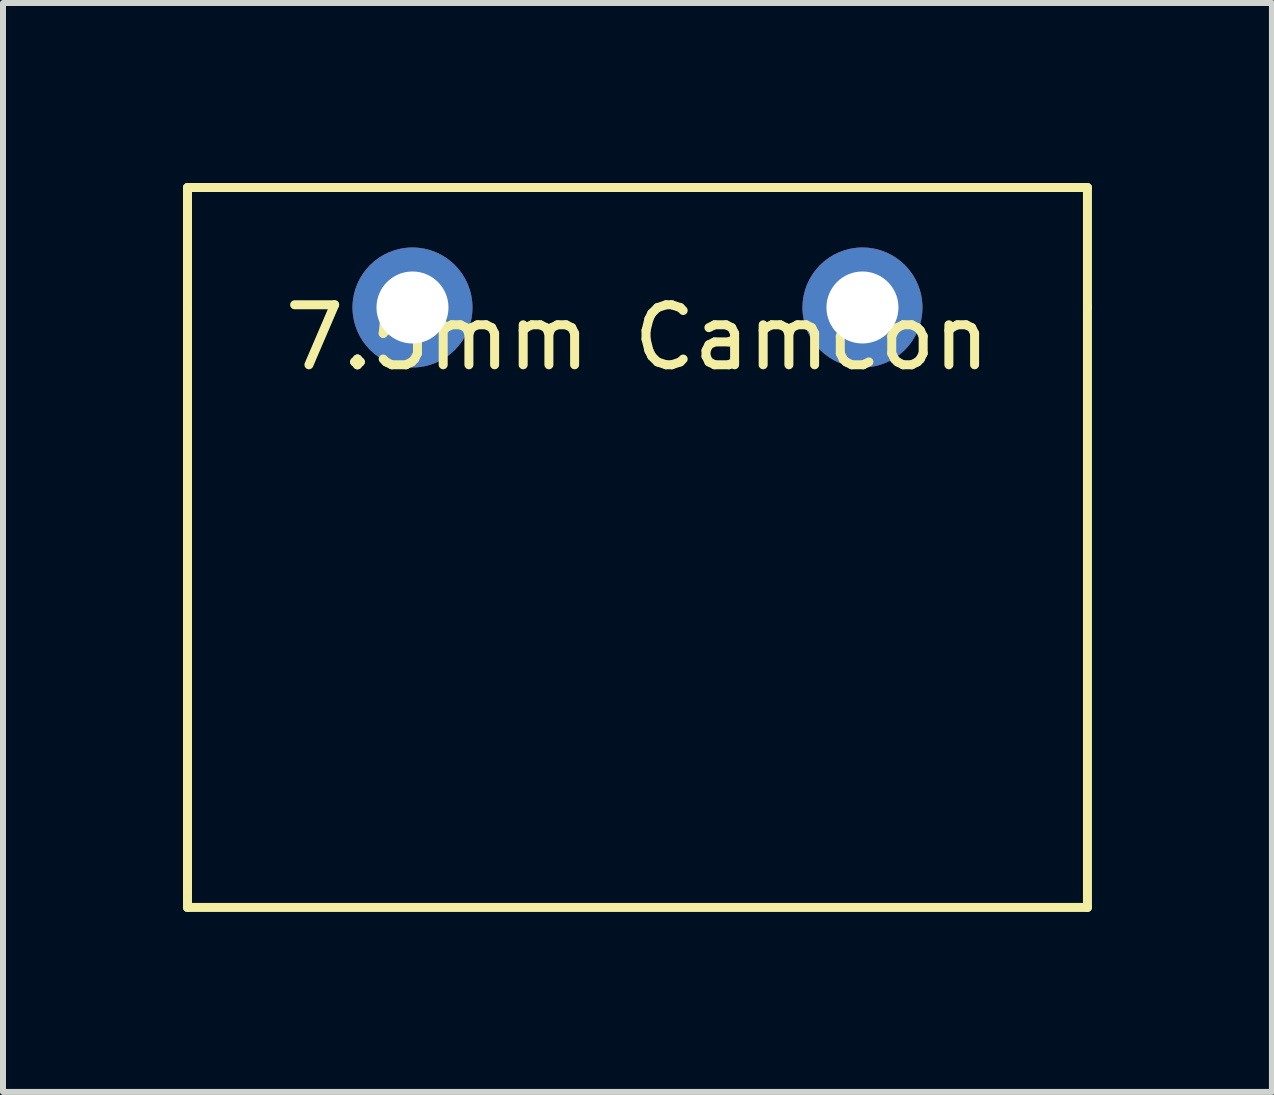
<source format=kicad_pcb>
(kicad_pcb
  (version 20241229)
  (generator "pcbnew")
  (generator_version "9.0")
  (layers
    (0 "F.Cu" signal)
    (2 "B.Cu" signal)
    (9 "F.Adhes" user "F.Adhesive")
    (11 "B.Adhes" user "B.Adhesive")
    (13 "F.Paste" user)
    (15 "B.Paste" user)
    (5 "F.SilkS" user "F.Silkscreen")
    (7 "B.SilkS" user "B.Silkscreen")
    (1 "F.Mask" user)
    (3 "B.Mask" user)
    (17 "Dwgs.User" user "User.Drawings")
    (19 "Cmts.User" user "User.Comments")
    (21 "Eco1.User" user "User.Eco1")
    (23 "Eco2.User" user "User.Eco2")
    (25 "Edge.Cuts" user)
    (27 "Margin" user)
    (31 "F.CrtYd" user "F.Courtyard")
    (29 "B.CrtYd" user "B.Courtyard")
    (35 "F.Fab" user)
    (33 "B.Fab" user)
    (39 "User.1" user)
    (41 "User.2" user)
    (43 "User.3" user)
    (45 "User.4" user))
  (footprint "7.5mm Camcon"
    (layer "F.Cu")
    (at 7.575 2.075)
    (property "Reference" "7.5mm Camcon" (at 0 0.5 0) (layer "F.SilkS") (effects (font (size 1 1) (thickness 0.15))))
    (attr through_hole)
    (fp_line (start -7.5 -2) (end -7.5 0) (stroke (width 0.15) (type solid)) (layer "F.SilkS"))
    (fp_line (start -7.5 0) (end -7.5 9.75) (stroke (width 0.15) (type solid)) (layer "F.SilkS"))
    (fp_line (start -7.5 9.75) (end -7.5 10) (stroke (width 0.15) (type solid)) (layer "F.SilkS"))
    (fp_line (start -7.5 10) (end 7.5 10) (stroke (width 0.15) (type solid)) (layer "F.SilkS"))
    (fp_line (start 7.5 -2) (end -7.5 -2) (stroke (width 0.15) (type solid)) (layer "F.SilkS"))
    (fp_line (start 7.5 0) (end 7.5 -2) (stroke (width 0.15) (type solid)) (layer "F.SilkS"))
    (fp_line (start 7.5 10) (end 7.5 0) (stroke (width 0.15) (type solid)) (layer "F.SilkS"))
    (pad "1" thru_hole circle (at 3.75 0) (size 2 2) (drill 1.2) (layers "*.Cu" "*.Mask"))
    (pad "2" thru_hole circle (at -3.75 0) (size 2 2) (drill 1.2) (layers "*.Cu" "*.Mask")))
  (gr_rect
    (start -3 -3)
    (end 18.15 15.15)
    (stroke (width 0.1) (type default))
    (fill no)
    (layer "Edge.Cuts")))
</source>
